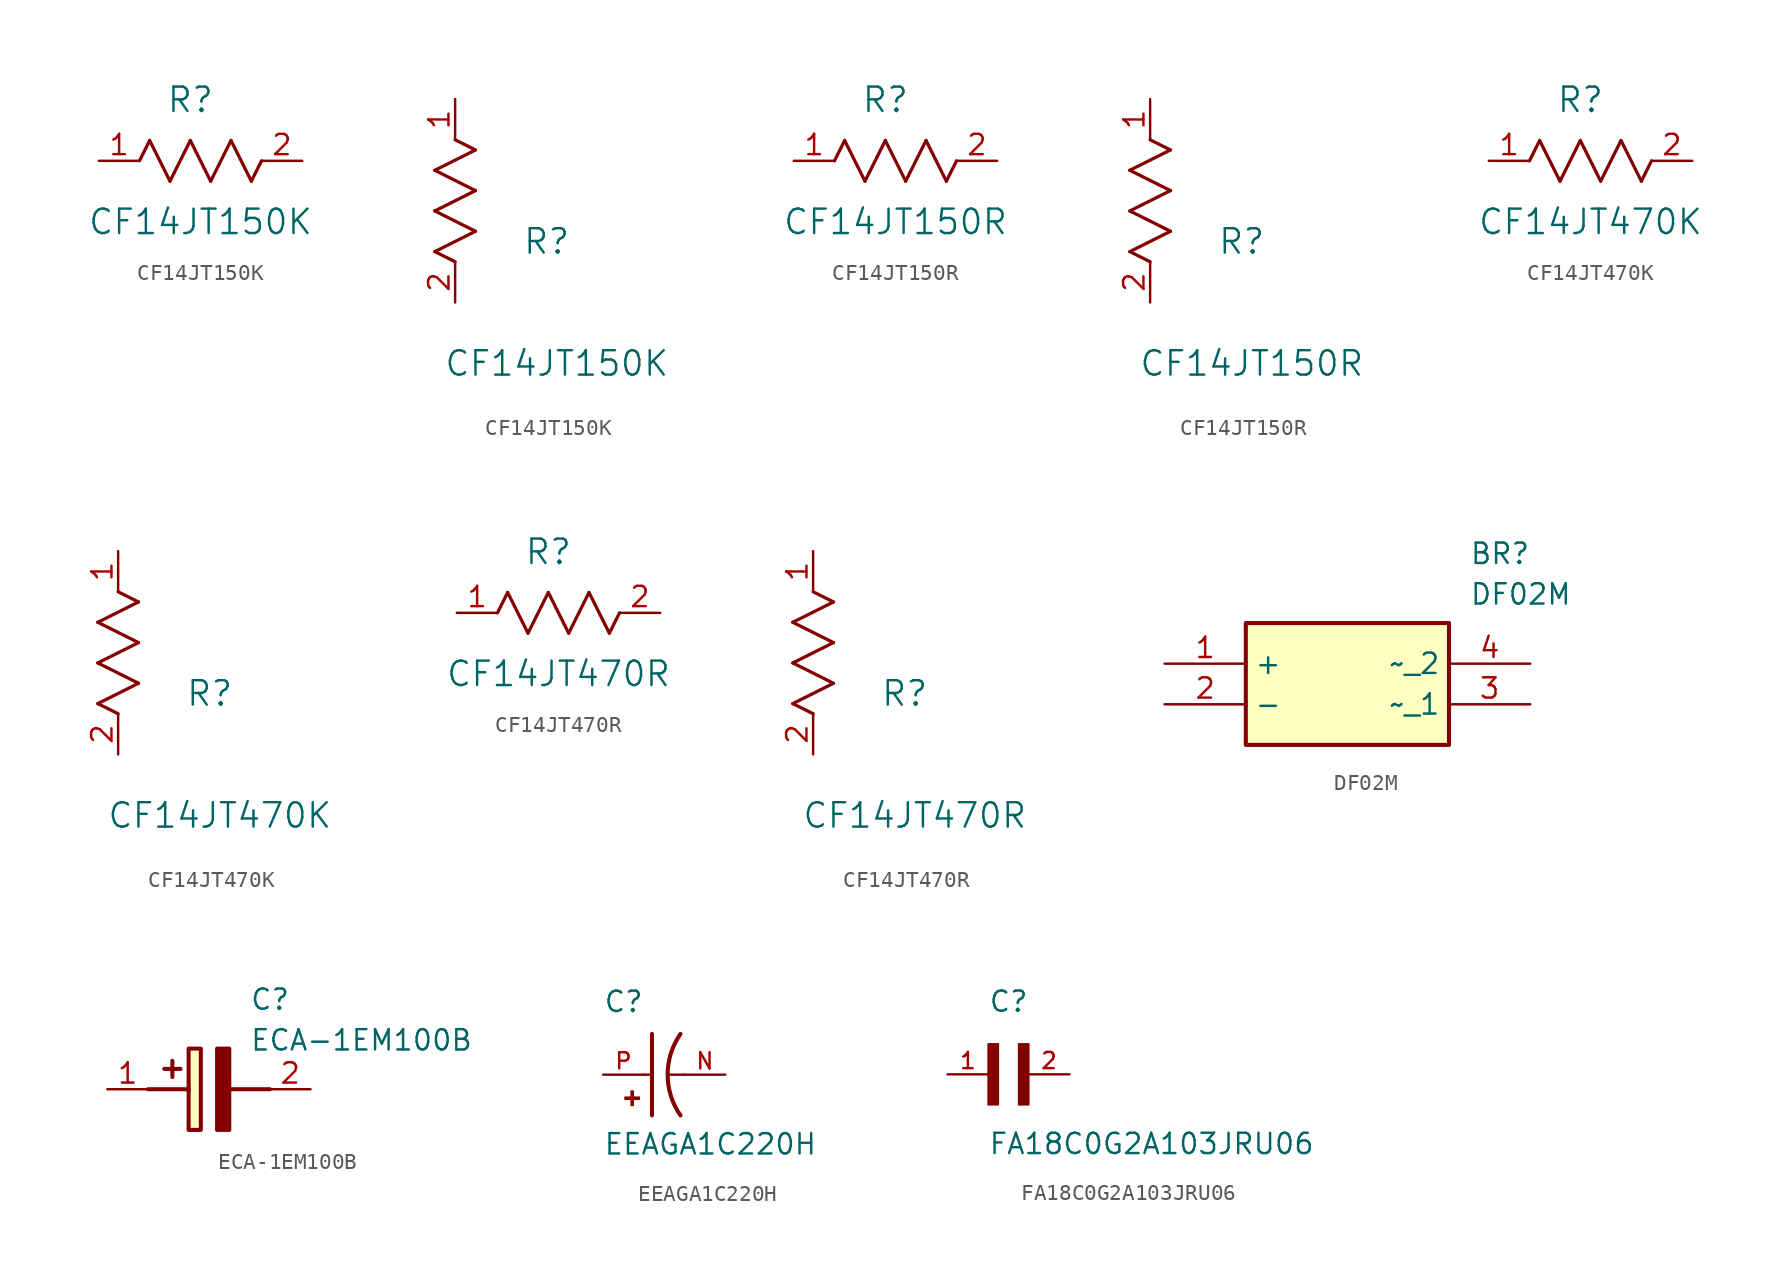
<source format=kicad_sym>
(kicad_symbol_lib
  (version 20211014)
  (generator SamacSys_ECAD_Model)
  (symbol "CF14JT150K"
    (pin_names
      (offset 0.254))
    (property "Reference" "R"
      (at 5.715 3.81 0)
      (effects (font (size 1.524 1.524))))
    (property "Value" "CF14JT150K"
      (at 6.35 -3.81 0)
      (effects (font (size 1.524 1.524))))
    (property "ki_locked" ""
      (at 0 0 0)
      (effects (font (size 1.27 1.27))))
    (symbol "CF14JT150K_1_1"
      (polyline (pts (xy 2.54 0) (xy 3.175 1.27)) (stroke (width 0.203) (type default)) (fill (type none)))
      (polyline (pts (xy 3.175 1.27) (xy 4.445 -1.27)) (stroke (width 0.203) (type default)) (fill (type none)))
      (polyline (pts (xy 4.445 -1.27) (xy 5.715 1.27)) (stroke (width 0.203) (type default)) (fill (type none)))
      (polyline (pts (xy 5.715 1.27) (xy 6.985 -1.27)) (stroke (width 0.203) (type default)) (fill (type none)))
      (polyline (pts (xy 6.985 -1.27) (xy 8.255 1.27)) (stroke (width 0.203) (type default)) (fill (type none)))
      (polyline (pts (xy 8.255 1.27) (xy 9.525 -1.27)) (stroke (width 0.203) (type default)) (fill (type none)))
      (polyline (pts (xy 9.525 -1.27) (xy 10.16 0)) (stroke (width 0.203) (type default)) (fill (type none)))
      (pin unspecified line (at 0 0 0) (length 2.54) (name "" (effects (font (size 1.27 1.27)))) (number "1" (effects (font (size 1.27 1.27)))))
      (pin unspecified line (at 12.7 0 180) (length 2.54) (name "" (effects (font (size 1.27 1.27)))) (number "2" (effects (font (size 1.27 1.27))))))
    (symbol "CF14JT150K_1_2"
      (polyline (pts (xy -1.27 8.255) (xy 1.27 9.525)) (stroke (width 0.203) (type default)) (fill (type none)))
      (polyline (pts (xy -1.27 5.715) (xy 1.27 6.985)) (stroke (width 0.203) (type default)) (fill (type none)))
      (polyline (pts (xy -1.27 3.175) (xy 1.27 4.445)) (stroke (width 0.203) (type default)) (fill (type none)))
      (polyline (pts (xy 0 2.54) (xy -1.27 3.175)) (stroke (width 0.203) (type default)) (fill (type none)))
      (polyline (pts (xy 1.27 9.525) (xy 0 10.16)) (stroke (width 0.203) (type default)) (fill (type none)))
      (polyline (pts (xy 1.27 6.985) (xy -1.27 8.255)) (stroke (width 0.203) (type default)) (fill (type none)))
      (polyline (pts (xy 1.27 4.445) (xy -1.27 5.715)) (stroke (width 0.203) (type default)) (fill (type none)))
      (pin unspecified line (at 0 12.7 270) (length 2.54) (name "" (effects (font (size 1.27 1.27)))) (number "1" (effects (font (size 1.27 1.27)))))
      (pin unspecified line (at 0 0 90) (length 2.54) (name "" (effects (font (size 1.27 1.27)))) (number "2" (effects (font (size 1.27 1.27)))))))
  (symbol "CF14JT150R"
    (pin_names
      (offset 0.254))
    (property "Reference" "R"
      (at 5.715 3.81 0)
      (effects (font (size 1.524 1.524))))
    (property "Value" "CF14JT150R"
      (at 6.35 -3.81 0)
      (effects (font (size 1.524 1.524))))
    (property "ki_locked" ""
      (at 0 0 0)
      (effects (font (size 1.27 1.27))))
    (symbol "CF14JT150R_1_1"
      (polyline (pts (xy 2.54 0) (xy 3.175 1.27)) (stroke (width 0.203) (type default)) (fill (type none)))
      (polyline (pts (xy 3.175 1.27) (xy 4.445 -1.27)) (stroke (width 0.203) (type default)) (fill (type none)))
      (polyline (pts (xy 4.445 -1.27) (xy 5.715 1.27)) (stroke (width 0.203) (type default)) (fill (type none)))
      (polyline (pts (xy 5.715 1.27) (xy 6.985 -1.27)) (stroke (width 0.203) (type default)) (fill (type none)))
      (polyline (pts (xy 6.985 -1.27) (xy 8.255 1.27)) (stroke (width 0.203) (type default)) (fill (type none)))
      (polyline (pts (xy 8.255 1.27) (xy 9.525 -1.27)) (stroke (width 0.203) (type default)) (fill (type none)))
      (polyline (pts (xy 9.525 -1.27) (xy 10.16 0)) (stroke (width 0.203) (type default)) (fill (type none)))
      (pin unspecified line (at 0 0 0) (length 2.54) (name "" (effects (font (size 1.27 1.27)))) (number "1" (effects (font (size 1.27 1.27)))))
      (pin unspecified line (at 12.7 0 180) (length 2.54) (name "" (effects (font (size 1.27 1.27)))) (number "2" (effects (font (size 1.27 1.27))))))
    (symbol "CF14JT150R_1_2"
      (polyline (pts (xy -1.27 8.255) (xy 1.27 9.525)) (stroke (width 0.203) (type default)) (fill (type none)))
      (polyline (pts (xy -1.27 5.715) (xy 1.27 6.985)) (stroke (width 0.203) (type default)) (fill (type none)))
      (polyline (pts (xy -1.27 3.175) (xy 1.27 4.445)) (stroke (width 0.203) (type default)) (fill (type none)))
      (polyline (pts (xy 0 2.54) (xy -1.27 3.175)) (stroke (width 0.203) (type default)) (fill (type none)))
      (polyline (pts (xy 1.27 9.525) (xy 0 10.16)) (stroke (width 0.203) (type default)) (fill (type none)))
      (polyline (pts (xy 1.27 6.985) (xy -1.27 8.255)) (stroke (width 0.203) (type default)) (fill (type none)))
      (polyline (pts (xy 1.27 4.445) (xy -1.27 5.715)) (stroke (width 0.203) (type default)) (fill (type none)))
      (pin unspecified line (at 0 12.7 270) (length 2.54) (name "" (effects (font (size 1.27 1.27)))) (number "1" (effects (font (size 1.27 1.27)))))
      (pin unspecified line (at 0 0 90) (length 2.54) (name "" (effects (font (size 1.27 1.27)))) (number "2" (effects (font (size 1.27 1.27)))))))
  (symbol "CF14JT470K"
    (pin_names
      (offset 0.254))
    (property "Reference" "R"
      (at 5.715 3.81 0)
      (effects (font (size 1.524 1.524))))
    (property "Value" "CF14JT470K"
      (at 6.35 -3.81 0)
      (effects (font (size 1.524 1.524))))
    (property "ki_locked" ""
      (at 0 0 0)
      (effects (font (size 1.27 1.27))))
    (symbol "CF14JT470K_1_1"
      (polyline (pts (xy 2.54 0) (xy 3.175 1.27)) (stroke (width 0.203) (type default)) (fill (type none)))
      (polyline (pts (xy 3.175 1.27) (xy 4.445 -1.27)) (stroke (width 0.203) (type default)) (fill (type none)))
      (polyline (pts (xy 4.445 -1.27) (xy 5.715 1.27)) (stroke (width 0.203) (type default)) (fill (type none)))
      (polyline (pts (xy 5.715 1.27) (xy 6.985 -1.27)) (stroke (width 0.203) (type default)) (fill (type none)))
      (polyline (pts (xy 6.985 -1.27) (xy 8.255 1.27)) (stroke (width 0.203) (type default)) (fill (type none)))
      (polyline (pts (xy 8.255 1.27) (xy 9.525 -1.27)) (stroke (width 0.203) (type default)) (fill (type none)))
      (polyline (pts (xy 9.525 -1.27) (xy 10.16 0)) (stroke (width 0.203) (type default)) (fill (type none)))
      (pin unspecified line (at 0 0 0) (length 2.54) (name "" (effects (font (size 1.27 1.27)))) (number "1" (effects (font (size 1.27 1.27)))))
      (pin unspecified line (at 12.7 0 180) (length 2.54) (name "" (effects (font (size 1.27 1.27)))) (number "2" (effects (font (size 1.27 1.27))))))
    (symbol "CF14JT470K_1_2"
      (polyline (pts (xy -1.27 8.255) (xy 1.27 9.525)) (stroke (width 0.203) (type default)) (fill (type none)))
      (polyline (pts (xy -1.27 5.715) (xy 1.27 6.985)) (stroke (width 0.203) (type default)) (fill (type none)))
      (polyline (pts (xy -1.27 3.175) (xy 1.27 4.445)) (stroke (width 0.203) (type default)) (fill (type none)))
      (polyline (pts (xy 0 2.54) (xy -1.27 3.175)) (stroke (width 0.203) (type default)) (fill (type none)))
      (polyline (pts (xy 1.27 9.525) (xy 0 10.16)) (stroke (width 0.203) (type default)) (fill (type none)))
      (polyline (pts (xy 1.27 6.985) (xy -1.27 8.255)) (stroke (width 0.203) (type default)) (fill (type none)))
      (polyline (pts (xy 1.27 4.445) (xy -1.27 5.715)) (stroke (width 0.203) (type default)) (fill (type none)))
      (pin unspecified line (at 0 12.7 270) (length 2.54) (name "" (effects (font (size 1.27 1.27)))) (number "1" (effects (font (size 1.27 1.27)))))
      (pin unspecified line (at 0 0 90) (length 2.54) (name "" (effects (font (size 1.27 1.27)))) (number "2" (effects (font (size 1.27 1.27)))))))
  (symbol "CF14JT470R"
    (pin_names
      (offset 0.254))
    (property "Reference" "R"
      (at 5.715 3.81 0)
      (effects (font (size 1.524 1.524))))
    (property "Value" "CF14JT470R"
      (at 6.35 -3.81 0)
      (effects (font (size 1.524 1.524))))
    (property "ki_locked" ""
      (at 0 0 0)
      (effects (font (size 1.27 1.27))))
    (symbol "CF14JT470R_1_1"
      (polyline (pts (xy 2.54 0) (xy 3.175 1.27)) (stroke (width 0.203) (type default)) (fill (type none)))
      (polyline (pts (xy 3.175 1.27) (xy 4.445 -1.27)) (stroke (width 0.203) (type default)) (fill (type none)))
      (polyline (pts (xy 4.445 -1.27) (xy 5.715 1.27)) (stroke (width 0.203) (type default)) (fill (type none)))
      (polyline (pts (xy 5.715 1.27) (xy 6.985 -1.27)) (stroke (width 0.203) (type default)) (fill (type none)))
      (polyline (pts (xy 6.985 -1.27) (xy 8.255 1.27)) (stroke (width 0.203) (type default)) (fill (type none)))
      (polyline (pts (xy 8.255 1.27) (xy 9.525 -1.27)) (stroke (width 0.203) (type default)) (fill (type none)))
      (polyline (pts (xy 9.525 -1.27) (xy 10.16 0)) (stroke (width 0.203) (type default)) (fill (type none)))
      (pin unspecified line (at 0 0 0) (length 2.54) (name "" (effects (font (size 1.27 1.27)))) (number "1" (effects (font (size 1.27 1.27)))))
      (pin unspecified line (at 12.7 0 180) (length 2.54) (name "" (effects (font (size 1.27 1.27)))) (number "2" (effects (font (size 1.27 1.27))))))
    (symbol "CF14JT470R_1_2"
      (polyline (pts (xy -1.27 8.255) (xy 1.27 9.525)) (stroke (width 0.203) (type default)) (fill (type none)))
      (polyline (pts (xy -1.27 5.715) (xy 1.27 6.985)) (stroke (width 0.203) (type default)) (fill (type none)))
      (polyline (pts (xy -1.27 3.175) (xy 1.27 4.445)) (stroke (width 0.203) (type default)) (fill (type none)))
      (polyline (pts (xy 0 2.54) (xy -1.27 3.175)) (stroke (width 0.203) (type default)) (fill (type none)))
      (polyline (pts (xy 1.27 9.525) (xy 0 10.16)) (stroke (width 0.203) (type default)) (fill (type none)))
      (polyline (pts (xy 1.27 6.985) (xy -1.27 8.255)) (stroke (width 0.203) (type default)) (fill (type none)))
      (polyline (pts (xy 1.27 4.445) (xy -1.27 5.715)) (stroke (width 0.203) (type default)) (fill (type none)))
      (pin unspecified line (at 0 12.7 270) (length 2.54) (name "" (effects (font (size 1.27 1.27)))) (number "1" (effects (font (size 1.27 1.27)))))
      (pin unspecified line (at 0 0 90) (length 2.54) (name "" (effects (font (size 1.27 1.27)))) (number "2" (effects (font (size 1.27 1.27)))))))
  (symbol "DF02M"
    (property "Reference" "BR"
      (at 19.05 7.62 0)
      (effects (font (size 1.27 1.27)) (justify left top)))
    (property "Value" "DF02M"
      (at 19.05 5.08 0)
      (effects (font (size 1.27 1.27)) (justify left top)))
    (symbol "DF02M_1_1"
      (rectangle (start 5.08 2.54) (end 17.78 -5.08) (stroke (width 0.254) (type default)) (fill (type background)))
      (pin passive line (at 0 0 0) (length 5.08) (name "+" (effects (font (size 1.27 1.27)))) (number "1" (effects (font (size 1.27 1.27)))))
      (pin passive line (at 0 -2.54 0) (length 5.08) (name "-" (effects (font (size 1.27 1.27)))) (number "2" (effects (font (size 1.27 1.27)))))
      (pin passive line (at 22.86 0 180) (length 5.08) (name "~_2" (effects (font (size 1.27 1.27)))) (number "4" (effects (font (size 1.27 1.27)))))
      (pin passive line (at 22.86 -2.54 180) (length 5.08) (name "~_1" (effects (font (size 1.27 1.27)))) (number "3" (effects (font (size 1.27 1.27)))))))
  (symbol "ECA-1EM100B"
    (pin_names
      (hide yes))
    (property "Reference" "C"
      (at 8.89 6.35 0)
      (effects (font (size 1.27 1.27)) (justify left top)))
    (property "Value" "ECA-1EM100B"
      (at 8.89 3.81 0)
      (effects (font (size 1.27 1.27)) (justify left top)))
    (symbol "ECA-1EM100B_1_1"
      (polyline (pts (xy 2.54 0) (xy 5.08 0)) (stroke (width 0.254) (type default)) (fill (type none)))
      (polyline (pts (xy 4.064 1.778) (xy 4.064 0.762)) (stroke (width 0.254) (type default)) (fill (type none)))
      (polyline (pts (xy 4.572 1.27) (xy 3.556 1.27)) (stroke (width 0.254) (type default)) (fill (type none)))
      (rectangle (start 5.08 2.54) (end 5.842 -2.54) (stroke (width 0.254) (type default)) (fill (type background)))
      (polyline (pts (xy 7.62 2.54) (xy 7.62 -2.54) (xy 6.858 -2.54) (xy 6.858 2.54) (xy 7.62 2.54)) (stroke (width 0.254) (type default)) (fill (type outline)))
      (polyline (pts (xy 7.62 0) (xy 10.16 0)) (stroke (width 0.254) (type default)) (fill (type none)))
      (pin passive line (at 0 0 0) (length 2.54) (name "+" (effects (font (size 1.27 1.27)))) (number "1" (effects (font (size 1.27 1.27)))))
      (pin passive line (at 12.7 0 180) (length 2.54) (name "-" (effects (font (size 1.27 1.27)))) (number "2" (effects (font (size 1.27 1.27)))))))
  (symbol "EEAGA1C220H"
    (pin_names
      (offset 1.016))
    (property "Reference" "C"
      (at -2.54 3.81 0)
      (effects (font (size 1.27 1.27)) (justify left bottom)))
    (property "Value" "EEAGA1C220H"
      (at -2.54 -5.08 0)
      (effects (font (size 1.27 1.27)) (justify left bottom)))
    (symbol "EEAGA1C220H_0_0"
      (rectangle (start -1.173 -1.532) (end -0.284 -1.405) (stroke (width 0.1) (type default)) (fill (type outline)))
      (rectangle (start -0.792 -1.913) (end -0.665 -1.024) (stroke (width 0.1) (type default)) (fill (type outline)))
      (polyline (pts (xy 0 0) (xy 0.508 0)) (stroke (width 0.152) (type default)) (fill (type none)))
      (polyline (pts (xy 0.508 2.54) (xy 0.508 0)) (stroke (width 0.254) (type default)) (fill (type none)))
      (polyline (pts (xy 0.508 0) (xy 0.508 -2.54)) (stroke (width 0.254) (type default)) (fill (type none)))
      (polyline (pts (xy 2.54 0) (xy 1.524 0)) (stroke (width 0.152) (type default)) (fill (type none)))
      (arc (start 2.286 -2.54) (mid 1.4851 0) (end 2.286 2.54) (stroke (width 0.254) (type default)) (fill (type none)))
      (pin passive line (at -2.54 0 0) (length 2.54) (name "~" (effects (font (size 1.016 1.016)))) (number "P" (effects (font (size 1.016 1.016)))))
      (pin passive line (at 5.08 0 180) (length 2.54) (name "~" (effects (font (size 1.016 1.016)))) (number "N" (effects (font (size 1.016 1.016)))))))
  (symbol "FA18C0G2A103JRU06"
    (pin_names
      (offset 1.016))
    (property "Reference" "C"
      (at 0 3.811 0)
      (effects (font (size 1.27 1.27)) (justify left bottom)))
    (property "Value" "FA18C0G2A103JRU06"
      (at 0 -5.088 0)
      (effects (font (size 1.27 1.27)) (justify left bottom)))
    (symbol "FA18C0G2A103JRU06_0_0"
      (rectangle (start 0 -1.907) (end 0.635 1.905) (stroke (width 0.1) (type default)) (fill (type outline)))
      (rectangle (start 1.907 -1.907) (end 2.54 1.905) (stroke (width 0.1) (type default)) (fill (type outline)))
      (pin passive line (at -2.54 0 0) (length 2.54) (name "~" (effects (font (size 1.016 1.016)))) (number "1" (effects (font (size 1.016 1.016)))))
      (pin passive line (at 5.08 0 180) (length 2.54) (name "~" (effects (font (size 1.016 1.016)))) (number "2" (effects (font (size 1.016 1.016))))))))
</source>
